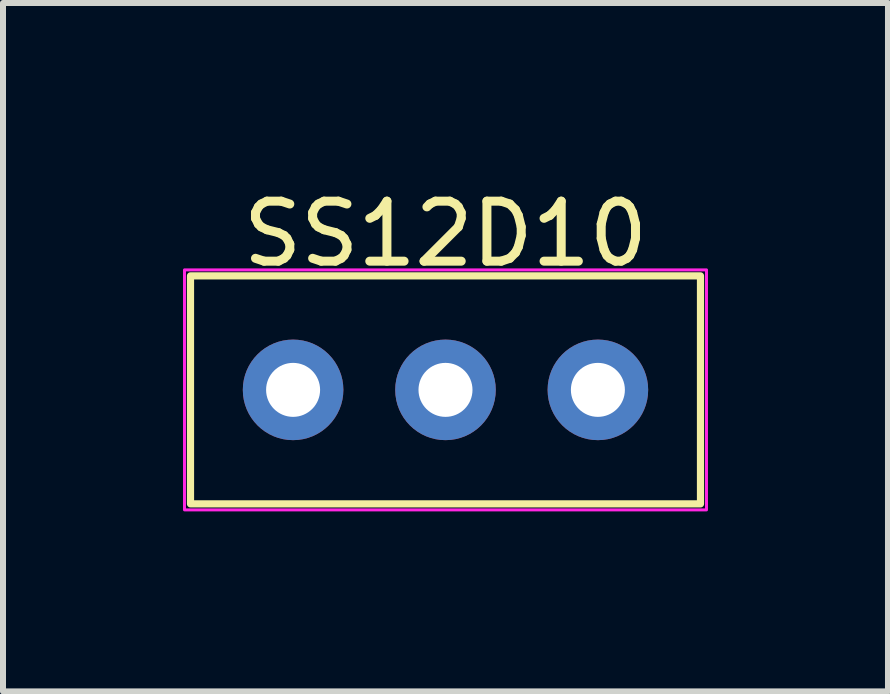
<source format=kicad_pcb>
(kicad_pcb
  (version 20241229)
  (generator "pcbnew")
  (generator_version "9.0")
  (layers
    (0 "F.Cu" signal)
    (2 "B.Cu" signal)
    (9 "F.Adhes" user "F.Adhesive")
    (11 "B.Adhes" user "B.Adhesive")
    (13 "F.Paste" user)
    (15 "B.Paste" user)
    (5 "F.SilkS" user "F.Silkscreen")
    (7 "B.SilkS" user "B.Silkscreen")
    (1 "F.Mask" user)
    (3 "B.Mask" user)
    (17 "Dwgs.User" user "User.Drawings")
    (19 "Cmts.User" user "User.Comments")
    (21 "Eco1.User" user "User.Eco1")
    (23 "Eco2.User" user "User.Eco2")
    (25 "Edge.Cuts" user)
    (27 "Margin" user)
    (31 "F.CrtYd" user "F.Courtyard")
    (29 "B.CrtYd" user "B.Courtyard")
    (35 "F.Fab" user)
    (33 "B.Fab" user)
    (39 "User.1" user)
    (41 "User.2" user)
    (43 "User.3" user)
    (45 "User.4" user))
  (footprint "SS12D10"
    (layer "F.Cu")
    (at 4.375 3.448)
    (property "Reference" "SS12D10" (at 0 -2.6 0) (layer "F.SilkS") (effects (font (size 1 1) (thickness 0.15))))
    (attr through_hole)
    (fp_rect (start -4.25 -1.9) (end 4.25 1.9) (stroke (width 0.12) (type solid)) (fill no) (layer "F.SilkS"))
    (fp_rect (start -4.35 -2) (end 4.35 2) (stroke (width 0.05) (type solid)) (fill no) (layer "F.CrtYd"))
    (pad "1" thru_hole circle (at -2.54 0) (size 1.676 1.676) (drill 0.9) (layers "*.Cu" "*.Mask"))
    (pad "2" thru_hole circle (at 0 0) (size 1.676 1.676) (drill 0.9) (layers "*.Cu" "*.Mask"))
    (pad "3" thru_hole circle (at 2.54 0) (size 1.676 1.676) (drill 0.9) (layers "*.Cu" "*.Mask")))
  (gr_rect
    (start -3 -3)
    (end 11.75 8.473)
    (stroke (width 0.1) (type default))
    (fill no)
    (layer "Edge.Cuts")))
</source>
